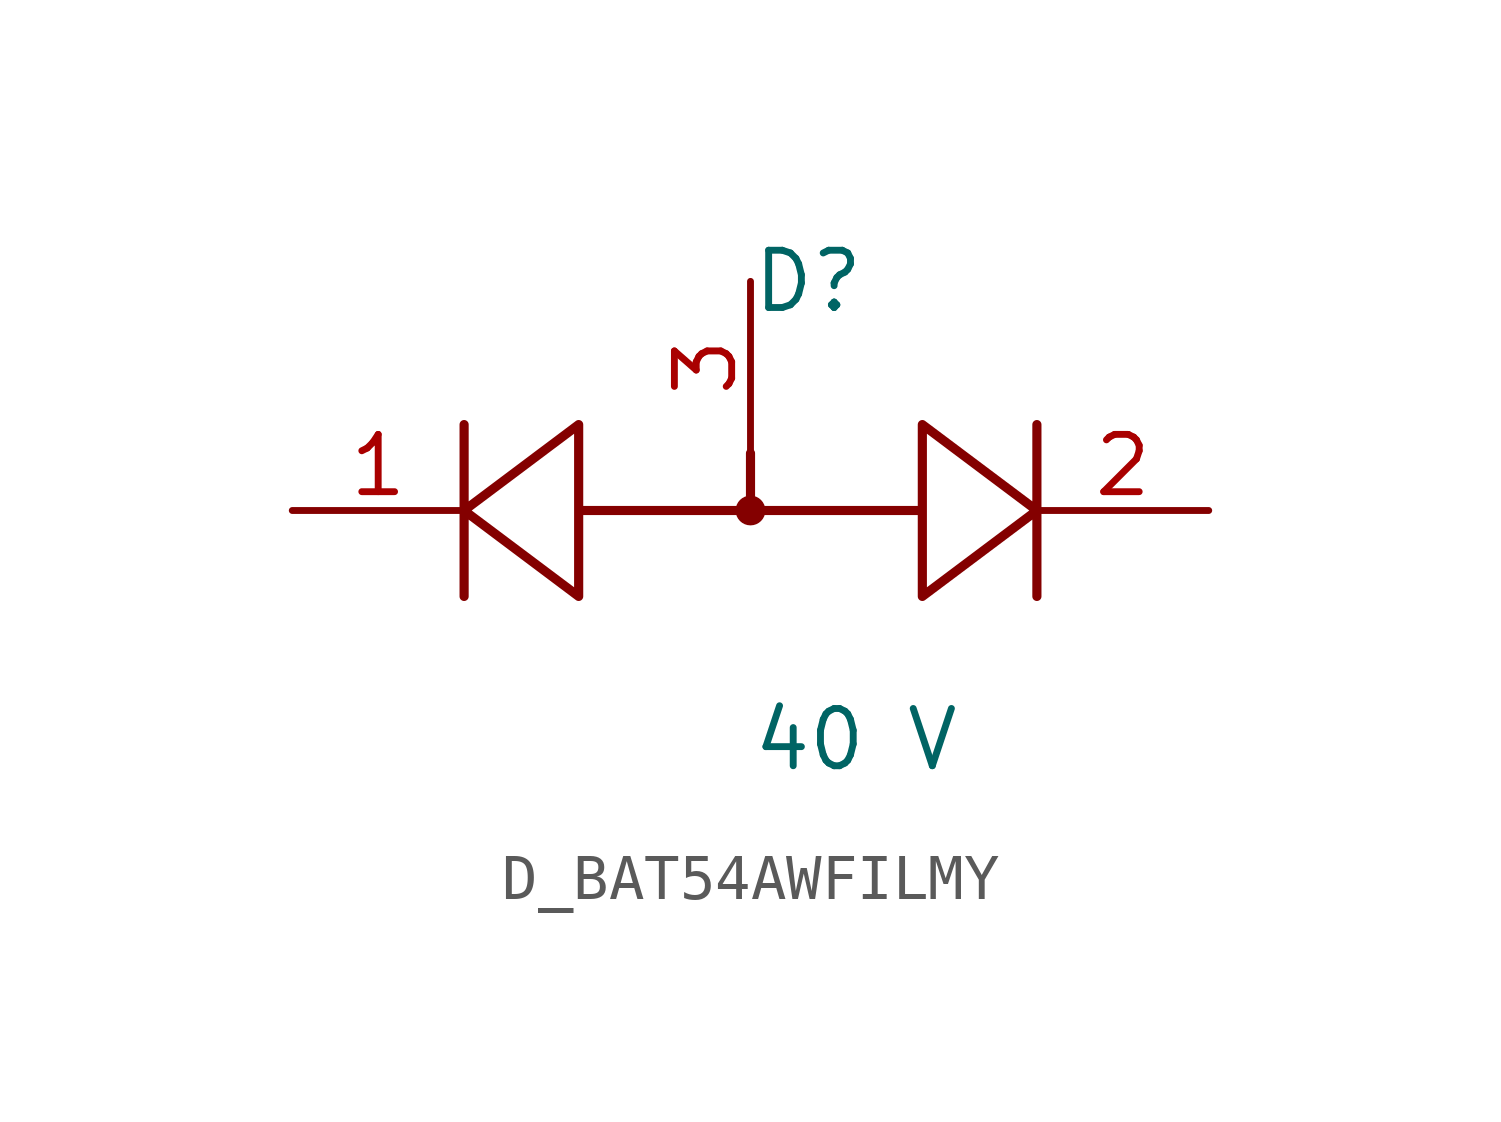
<source format=kicad_sym>
(kicad_symbol_lib
  (version 20231120)
  (generator kicad_symbol_editor)
  (generator_version 8.0)
  (symbol "D_BAT54AWFILMY"
    (pin_names
      (offset 0.254))
    (property "Reference" "D"
      (at 0 5.08 0)
      (effects (font (size 1.27 1.27)) (justify left)))
    (property "Value" "40 V"
      (at 0 -5.08 0)
      (effects (font (size 1.27 1.27)) (justify left)))
    (symbol "D_BAT54AWFILMY_1_0"
      (polyline (pts (xy 6.35 1.905) (xy 6.35 0) (xy 3.81 1.905) (xy 3.81 0) (xy 0 0) (xy 0 1.27) (xy 0 0) (xy -3.81 0) (xy -3.81 1.905) (xy -6.35 0) (xy -6.35 1.905) (xy -6.35 -1.905) (xy -6.35 0) (xy -3.81 -1.905) (xy -3.81 0) (xy 3.81 0) (xy 3.81 -1.905) (xy 6.35 0) (xy 6.35 -1.905)) (stroke (width 0.203) (type default)) (fill (type none)))
      (circle (center 0 0) (radius 0.254) (stroke (width 0) (type default)) (fill (type outline)))
      (pin unspecified line (at -10.16 0 0) (length 3.81) (name "" (effects (font (size 1.27 1.27)))) (number "1" (effects (font (size 1.27 1.27)))))
      (pin unspecified line (at 10.16 0 180) (length 3.81) (name "" (effects (font (size 1.27 1.27)))) (number "2" (effects (font (size 1.27 1.27)))))
      (pin unspecified line (at 0 5.08 270) (length 3.81) (name "" (effects (font (size 1.27 1.27)))) (number "3" (effects (font (size 1.27 1.27))))))))
</source>
